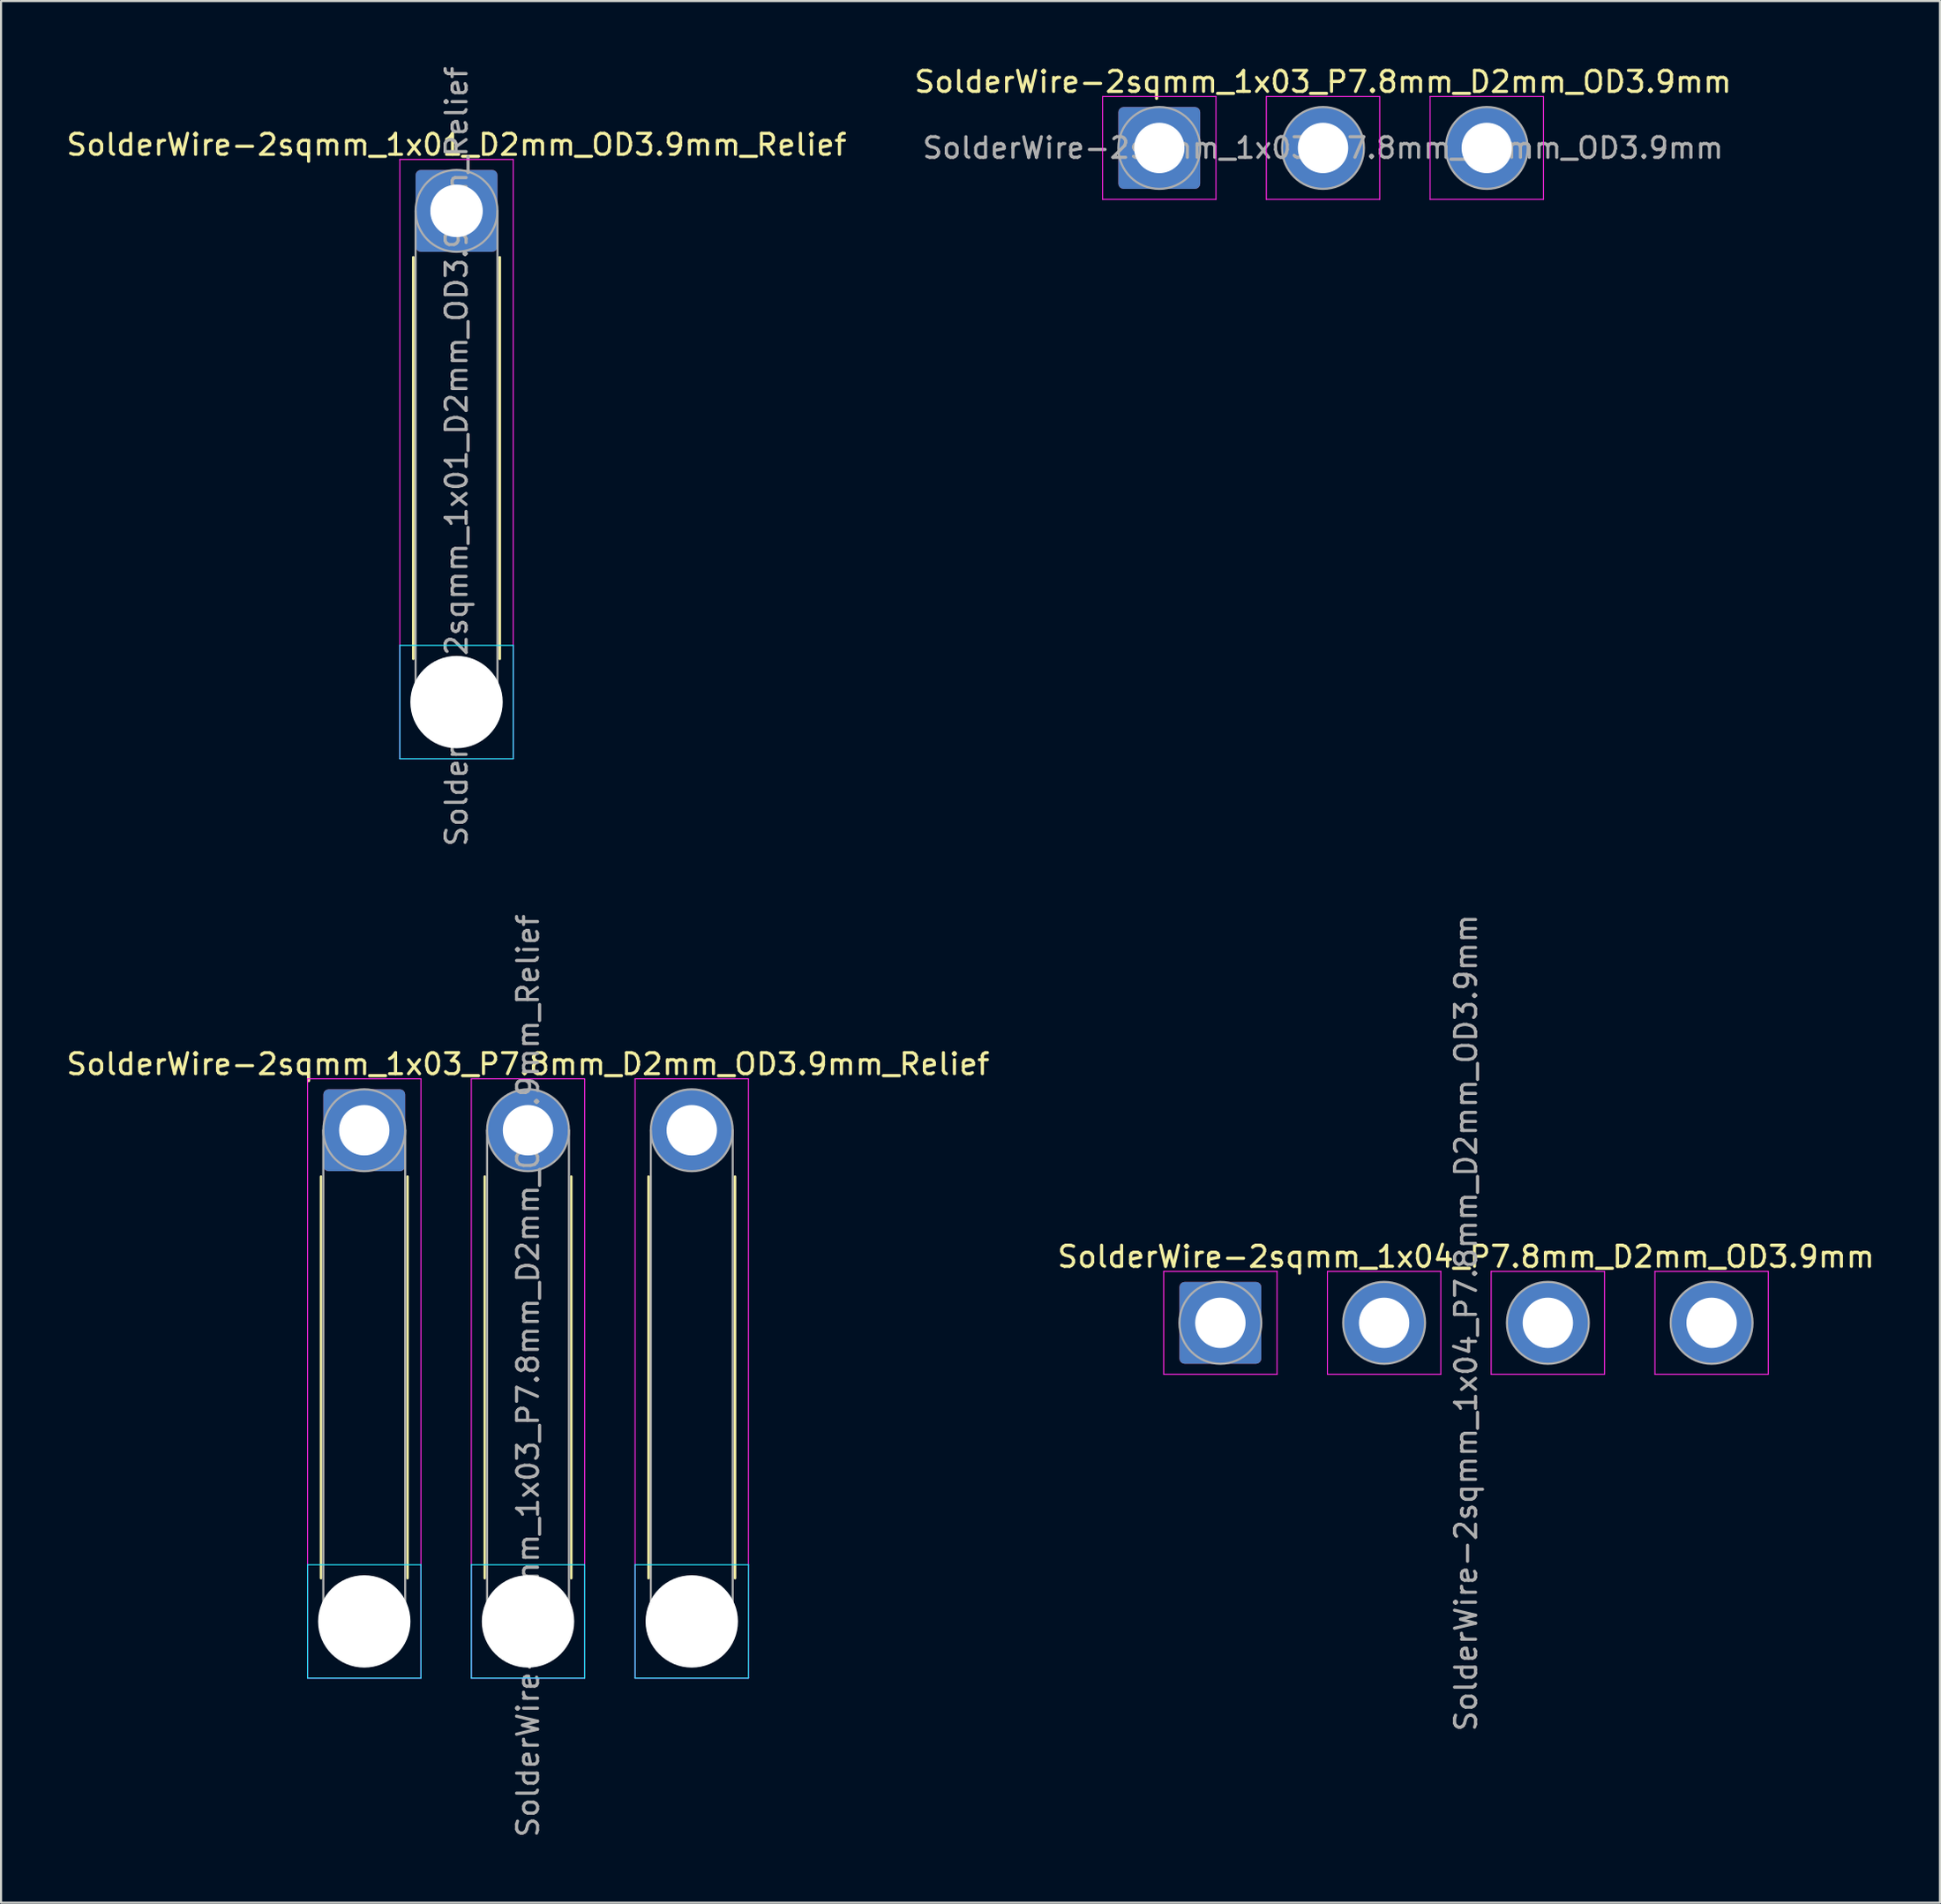
<source format=kicad_pcb>
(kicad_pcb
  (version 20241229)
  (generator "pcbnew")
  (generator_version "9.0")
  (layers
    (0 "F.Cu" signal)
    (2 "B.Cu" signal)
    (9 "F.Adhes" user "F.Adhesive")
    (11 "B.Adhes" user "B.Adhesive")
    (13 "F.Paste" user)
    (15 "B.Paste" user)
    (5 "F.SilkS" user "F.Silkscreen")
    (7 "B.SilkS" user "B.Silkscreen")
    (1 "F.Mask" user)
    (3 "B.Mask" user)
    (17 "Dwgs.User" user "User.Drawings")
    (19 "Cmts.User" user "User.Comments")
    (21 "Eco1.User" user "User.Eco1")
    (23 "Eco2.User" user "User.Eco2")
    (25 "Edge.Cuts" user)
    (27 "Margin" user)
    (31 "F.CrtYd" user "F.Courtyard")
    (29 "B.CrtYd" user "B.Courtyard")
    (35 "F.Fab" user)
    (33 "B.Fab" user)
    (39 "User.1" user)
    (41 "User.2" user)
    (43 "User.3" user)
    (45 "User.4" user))
  (footprint "SolderWire-2sqmm_1x03_P7.8mm_D2mm_OD3.9mm"
    (layer "F.Cu")
    (at 52.17 3.998)
    (property "Reference" "SolderWire-2sqmm_1x03_P7.8mm_D2mm_OD3.9mm" (at 7.8 -3.15 0) (layer "F.SilkS") (effects (font (size 1 1) (thickness 0.15))))
    (attr exclude_from_pos_files exclude_from_bom)
    (fp_line (start -2.7 -2.45) (end -2.7 2.45) (stroke (width 0.05) (type solid)) (layer "F.CrtYd"))
    (fp_line (start -2.7 2.45) (end 2.7 2.45) (stroke (width 0.05) (type solid)) (layer "F.CrtYd"))
    (fp_line (start 2.7 -2.45) (end -2.7 -2.45) (stroke (width 0.05) (type solid)) (layer "F.CrtYd"))
    (fp_line (start 2.7 2.45) (end 2.7 -2.45) (stroke (width 0.05) (type solid)) (layer "F.CrtYd"))
    (fp_line (start 5.1 -2.45) (end 5.1 2.45) (stroke (width 0.05) (type solid)) (layer "F.CrtYd"))
    (fp_line (start 5.1 2.45) (end 10.5 2.45) (stroke (width 0.05) (type solid)) (layer "F.CrtYd"))
    (fp_line (start 10.5 -2.45) (end 5.1 -2.45) (stroke (width 0.05) (type solid)) (layer "F.CrtYd"))
    (fp_line (start 10.5 2.45) (end 10.5 -2.45) (stroke (width 0.05) (type solid)) (layer "F.CrtYd"))
    (fp_line (start 12.9 -2.45) (end 12.9 2.45) (stroke (width 0.05) (type solid)) (layer "F.CrtYd"))
    (fp_line (start 12.9 2.45) (end 18.3 2.45) (stroke (width 0.05) (type solid)) (layer "F.CrtYd"))
    (fp_line (start 18.3 -2.45) (end 12.9 -2.45) (stroke (width 0.05) (type solid)) (layer "F.CrtYd"))
    (fp_line (start 18.3 2.45) (end 18.3 -2.45) (stroke (width 0.05) (type solid)) (layer "F.CrtYd"))
    (fp_circle (center 0 0) (end 1.95 0) (stroke (width 0.1) (type solid)) (fill no) (layer "F.Fab"))
    (fp_circle (center 7.8 0) (end 9.75 0) (stroke (width 0.1) (type solid)) (fill no) (layer "F.Fab"))
    (fp_circle (center 15.6 0) (end 17.55 0) (stroke (width 0.1) (type solid)) (fill no) (layer "F.Fab"))
    (fp_text user "${REFERENCE}" (at 7.8 0 0) (layer "F.Fab") (effects (font (size 0.98 0.98) (thickness 0.15))))
    (pad "1" thru_hole roundrect (at 0 0) (size 3.9 3.9) (drill 2.4) (layers "*.Cu" "*.Mask") (roundrect_rratio 0.064))
    (pad "2" thru_hole circle (at 7.8 0) (size 3.9 3.9) (drill 2.4) (layers "*.Cu" "*.Mask"))
    (pad "3" thru_hole circle (at 15.6 0) (size 3.9 3.9) (drill 2.4) (layers "*.Cu" "*.Mask")))
  (footprint "SolderWire-2sqmm_1x01_D2mm_OD3.9mm_Relief"
    (layer "F.Cu")
    (at 18.696 6.996)
    (property "Reference" "SolderWire-2sqmm_1x01_D2mm_OD3.9mm_Relief" (at 0 -3.15 0) (layer "F.SilkS") (effects (font (size 1 1) (thickness 0.15))))
    (attr exclude_from_pos_files exclude_from_bom)
    (fp_line (start -2.06 2.21) (end -2.06 21.34) (stroke (width 0.12) (type solid)) (layer "F.SilkS"))
    (fp_line (start 2.06 2.21) (end 2.06 21.34) (stroke (width 0.12) (type solid)) (layer "F.SilkS"))
    (fp_line (start -2.7 20.7) (end -2.7 26.1) (stroke (width 0.05) (type solid)) (layer "B.CrtYd"))
    (fp_line (start -2.7 26.1) (end 2.7 26.1) (stroke (width 0.05) (type solid)) (layer "B.CrtYd"))
    (fp_line (start 2.7 20.7) (end -2.7 20.7) (stroke (width 0.05) (type solid)) (layer "B.CrtYd"))
    (fp_line (start 2.7 26.1) (end 2.7 20.7) (stroke (width 0.05) (type solid)) (layer "B.CrtYd"))
    (fp_line (start -2.7 -2.45) (end -2.7 26.1) (stroke (width 0.05) (type solid)) (layer "F.CrtYd"))
    (fp_line (start -2.7 26.1) (end 2.7 26.1) (stroke (width 0.05) (type solid)) (layer "F.CrtYd"))
    (fp_line (start 2.7 -2.45) (end -2.7 -2.45) (stroke (width 0.05) (type solid)) (layer "F.CrtYd"))
    (fp_line (start 2.7 26.1) (end 2.7 -2.45) (stroke (width 0.05) (type solid)) (layer "F.CrtYd"))
    (fp_line (start -1.95 0) (end -1.95 23.4) (stroke (width 0.1) (type solid)) (layer "F.Fab"))
    (fp_line (start 1.95 0) (end 1.95 23.4) (stroke (width 0.1) (type solid)) (layer "F.Fab"))
    (fp_circle (center 0 0) (end 1.95 0) (stroke (width 0.1) (type solid)) (fill no) (layer "F.Fab"))
    (fp_circle (center 0 23.4) (end 1.95 23.4) (stroke (width 0.1) (type solid)) (fill no) (layer "F.Fab"))
    (fp_text user "${REFERENCE}" (at 0 11.7 90) (layer "F.Fab") (effects (font (size 1 1) (thickness 0.15))))
    (pad "" np_thru_hole circle (at 0 23.4) (size 4.4 4.4) (drill 4.4) (layers "*.Cu" "*.Mask"))
    (pad "1" thru_hole roundrect (at 0 0) (size 3.9 3.9) (drill 2.5) (layers "*.Cu" "*.Mask") (roundrect_rratio 0.064)))
  (footprint "SolderWire-2sqmm_1x04_P7.8mm_D2mm_OD3.9mm"
    (layer "F.Cu")
    (at 55.08 59.97)
    (property "Reference" "SolderWire-2sqmm_1x04_P7.8mm_D2mm_OD3.9mm" (at 11.7 -3.15 0) (layer "F.SilkS") (effects (font (size 1 1) (thickness 0.15))))
    (attr exclude_from_pos_files exclude_from_bom)
    (fp_line (start -2.7 -2.45) (end -2.7 2.45) (stroke (width 0.05) (type solid)) (layer "F.CrtYd"))
    (fp_line (start -2.7 2.45) (end 2.7 2.45) (stroke (width 0.05) (type solid)) (layer "F.CrtYd"))
    (fp_line (start 2.7 -2.45) (end -2.7 -2.45) (stroke (width 0.05) (type solid)) (layer "F.CrtYd"))
    (fp_line (start 2.7 2.45) (end 2.7 -2.45) (stroke (width 0.05) (type solid)) (layer "F.CrtYd"))
    (fp_line (start 5.1 -2.45) (end 5.1 2.45) (stroke (width 0.05) (type solid)) (layer "F.CrtYd"))
    (fp_line (start 5.1 2.45) (end 10.5 2.45) (stroke (width 0.05) (type solid)) (layer "F.CrtYd"))
    (fp_line (start 10.5 -2.45) (end 5.1 -2.45) (stroke (width 0.05) (type solid)) (layer "F.CrtYd"))
    (fp_line (start 10.5 2.45) (end 10.5 -2.45) (stroke (width 0.05) (type solid)) (layer "F.CrtYd"))
    (fp_line (start 12.9 -2.45) (end 12.9 2.45) (stroke (width 0.05) (type solid)) (layer "F.CrtYd"))
    (fp_line (start 12.9 2.45) (end 18.3 2.45) (stroke (width 0.05) (type solid)) (layer "F.CrtYd"))
    (fp_line (start 18.3 -2.45) (end 12.9 -2.45) (stroke (width 0.05) (type solid)) (layer "F.CrtYd"))
    (fp_line (start 18.3 2.45) (end 18.3 -2.45) (stroke (width 0.05) (type solid)) (layer "F.CrtYd"))
    (fp_line (start 20.7 -2.45) (end 20.7 2.45) (stroke (width 0.05) (type solid)) (layer "F.CrtYd"))
    (fp_line (start 20.7 2.45) (end 26.1 2.45) (stroke (width 0.05) (type solid)) (layer "F.CrtYd"))
    (fp_line (start 26.1 -2.45) (end 20.7 -2.45) (stroke (width 0.05) (type solid)) (layer "F.CrtYd"))
    (fp_line (start 26.1 2.45) (end 26.1 -2.45) (stroke (width 0.05) (type solid)) (layer "F.CrtYd"))
    (fp_circle (center 0 0) (end 1.95 0) (stroke (width 0.1) (type solid)) (fill no) (layer "F.Fab"))
    (fp_circle (center 7.8 0) (end 9.75 0) (stroke (width 0.1) (type solid)) (fill no) (layer "F.Fab"))
    (fp_circle (center 15.6 0) (end 17.55 0) (stroke (width 0.1) (type solid)) (fill no) (layer "F.Fab"))
    (fp_circle (center 23.4 0) (end 25.35 0) (stroke (width 0.1) (type solid)) (fill no) (layer "F.Fab"))
    (fp_text user "${REFERENCE}" (at 11.7 0 90) (layer "F.Fab") (effects (font (size 1 1) (thickness 0.15))))
    (pad "1" thru_hole roundrect (at 0 0) (size 3.9 3.9) (drill 2.4) (layers "*.Cu" "*.Mask") (roundrect_rratio 0.064))
    (pad "2" thru_hole circle (at 7.8 0) (size 3.9 3.9) (drill 2.4) (layers "*.Cu" "*.Mask"))
    (pad "3" thru_hole circle (at 15.6 0) (size 3.9 3.9) (drill 2.4) (layers "*.Cu" "*.Mask"))
    (pad "4" thru_hole circle (at 23.4 0) (size 3.9 3.9) (drill 2.4) (layers "*.Cu" "*.Mask")))
  (footprint "SolderWire-2sqmm_1x03_P7.8mm_D2mm_OD3.9mm_Relief"
    (layer "F.Cu")
    (at 14.301 50.794)
    (property "Reference" "SolderWire-2sqmm_1x03_P7.8mm_D2mm_OD3.9mm_Relief" (at 7.8 -3.15 0) (layer "F.SilkS") (effects (font (size 1 1) (thickness 0.15))))
    (attr exclude_from_pos_files exclude_from_bom)
    (fp_line (start -2.06 2.21) (end -2.06 21.34) (stroke (width 0.12) (type solid)) (layer "F.SilkS"))
    (fp_line (start 2.06 2.21) (end 2.06 21.34) (stroke (width 0.12) (type solid)) (layer "F.SilkS"))
    (fp_line (start 5.74 2.21) (end 5.74 21.34) (stroke (width 0.12) (type solid)) (layer "F.SilkS"))
    (fp_line (start 9.86 2.21) (end 9.86 21.34) (stroke (width 0.12) (type solid)) (layer "F.SilkS"))
    (fp_line (start 13.54 2.21) (end 13.54 21.34) (stroke (width 0.12) (type solid)) (layer "F.SilkS"))
    (fp_line (start 17.66 2.21) (end 17.66 21.34) (stroke (width 0.12) (type solid)) (layer "F.SilkS"))
    (fp_line (start -2.7 20.7) (end -2.7 26.1) (stroke (width 0.05) (type solid)) (layer "B.CrtYd"))
    (fp_line (start -2.7 26.1) (end 2.7 26.1) (stroke (width 0.05) (type solid)) (layer "B.CrtYd"))
    (fp_line (start 2.7 20.7) (end -2.7 20.7) (stroke (width 0.05) (type solid)) (layer "B.CrtYd"))
    (fp_line (start 2.7 26.1) (end 2.7 20.7) (stroke (width 0.05) (type solid)) (layer "B.CrtYd"))
    (fp_line (start 5.1 20.7) (end 5.1 26.1) (stroke (width 0.05) (type solid)) (layer "B.CrtYd"))
    (fp_line (start 5.1 26.1) (end 10.5 26.1) (stroke (width 0.05) (type solid)) (layer "B.CrtYd"))
    (fp_line (start 10.5 20.7) (end 5.1 20.7) (stroke (width 0.05) (type solid)) (layer "B.CrtYd"))
    (fp_line (start 10.5 26.1) (end 10.5 20.7) (stroke (width 0.05) (type solid)) (layer "B.CrtYd"))
    (fp_line (start 12.9 20.7) (end 12.9 26.1) (stroke (width 0.05) (type solid)) (layer "B.CrtYd"))
    (fp_line (start 12.9 26.1) (end 18.3 26.1) (stroke (width 0.05) (type solid)) (layer "B.CrtYd"))
    (fp_line (start 18.3 20.7) (end 12.9 20.7) (stroke (width 0.05) (type solid)) (layer "B.CrtYd"))
    (fp_line (start 18.3 26.1) (end 18.3 20.7) (stroke (width 0.05) (type solid)) (layer "B.CrtYd"))
    (fp_line (start -2.7 -2.45) (end -2.7 26.1) (stroke (width 0.05) (type solid)) (layer "F.CrtYd"))
    (fp_line (start -2.7 26.1) (end 2.7 26.1) (stroke (width 0.05) (type solid)) (layer "F.CrtYd"))
    (fp_line (start 2.7 -2.45) (end -2.7 -2.45) (stroke (width 0.05) (type solid)) (layer "F.CrtYd"))
    (fp_line (start 2.7 26.1) (end 2.7 -2.45) (stroke (width 0.05) (type solid)) (layer "F.CrtYd"))
    (fp_line (start 5.1 -2.45) (end 5.1 26.1) (stroke (width 0.05) (type solid)) (layer "F.CrtYd"))
    (fp_line (start 5.1 26.1) (end 10.5 26.1) (stroke (width 0.05) (type solid)) (layer "F.CrtYd"))
    (fp_line (start 10.5 -2.45) (end 5.1 -2.45) (stroke (width 0.05) (type solid)) (layer "F.CrtYd"))
    (fp_line (start 10.5 26.1) (end 10.5 -2.45) (stroke (width 0.05) (type solid)) (layer "F.CrtYd"))
    (fp_line (start 12.9 -2.45) (end 12.9 26.1) (stroke (width 0.05) (type solid)) (layer "F.CrtYd"))
    (fp_line (start 12.9 26.1) (end 18.3 26.1) (stroke (width 0.05) (type solid)) (layer "F.CrtYd"))
    (fp_line (start 18.3 -2.45) (end 12.9 -2.45) (stroke (width 0.05) (type solid)) (layer "F.CrtYd"))
    (fp_line (start 18.3 26.1) (end 18.3 -2.45) (stroke (width 0.05) (type solid)) (layer "F.CrtYd"))
    (fp_line (start -1.95 0) (end -1.95 23.4) (stroke (width 0.1) (type solid)) (layer "F.Fab"))
    (fp_line (start 1.95 0) (end 1.95 23.4) (stroke (width 0.1) (type solid)) (layer "F.Fab"))
    (fp_line (start 5.85 0) (end 5.85 23.4) (stroke (width 0.1) (type solid)) (layer "F.Fab"))
    (fp_line (start 9.75 0) (end 9.75 23.4) (stroke (width 0.1) (type solid)) (layer "F.Fab"))
    (fp_line (start 13.65 0) (end 13.65 23.4) (stroke (width 0.1) (type solid)) (layer "F.Fab"))
    (fp_line (start 17.55 0) (end 17.55 23.4) (stroke (width 0.1) (type solid)) (layer "F.Fab"))
    (fp_circle (center 0 0) (end 1.95 0) (stroke (width 0.1) (type solid)) (fill no) (layer "F.Fab"))
    (fp_circle (center 0 23.4) (end 1.95 23.4) (stroke (width 0.1) (type solid)) (fill no) (layer "F.Fab"))
    (fp_circle (center 7.8 0) (end 9.75 0) (stroke (width 0.1) (type solid)) (fill no) (layer "F.Fab"))
    (fp_circle (center 7.8 23.4) (end 9.75 23.4) (stroke (width 0.1) (type solid)) (fill no) (layer "F.Fab"))
    (fp_circle (center 15.6 0) (end 17.55 0) (stroke (width 0.1) (type solid)) (fill no) (layer "F.Fab"))
    (fp_circle (center 15.6 23.4) (end 17.55 23.4) (stroke (width 0.1) (type solid)) (fill no) (layer "F.Fab"))
    (fp_text user "${REFERENCE}" (at 7.8 11.7 90) (layer "F.Fab") (effects (font (size 1 1) (thickness 0.15))))
    (pad "" np_thru_hole circle (at 0 23.4) (size 4.4 4.4) (drill 4.4) (layers "*.Cu" "*.Mask"))
    (pad "" np_thru_hole circle (at 7.8 23.4) (size 4.4 4.4) (drill 4.4) (layers "*.Cu" "*.Mask"))
    (pad "" np_thru_hole circle (at 15.6 23.4) (size 4.4 4.4) (drill 4.4) (layers "*.Cu" "*.Mask"))
    (pad "1" thru_hole roundrect (at 0 0) (size 3.9 3.9) (drill 2.4) (layers "*.Cu" "*.Mask") (roundrect_rratio 0.064))
    (pad "2" thru_hole circle (at 7.8 0) (size 3.9 3.9) (drill 2.4) (layers "*.Cu" "*.Mask"))
    (pad "3" thru_hole circle (at 15.6 0) (size 3.9 3.9) (drill 2.4) (layers "*.Cu" "*.Mask")))
  (gr_rect
    (start -3 -3)
    (end 89.357 87.595)
    (stroke (width 0.1) (type default))
    (fill no)
    (layer "Edge.Cuts")))
</source>
